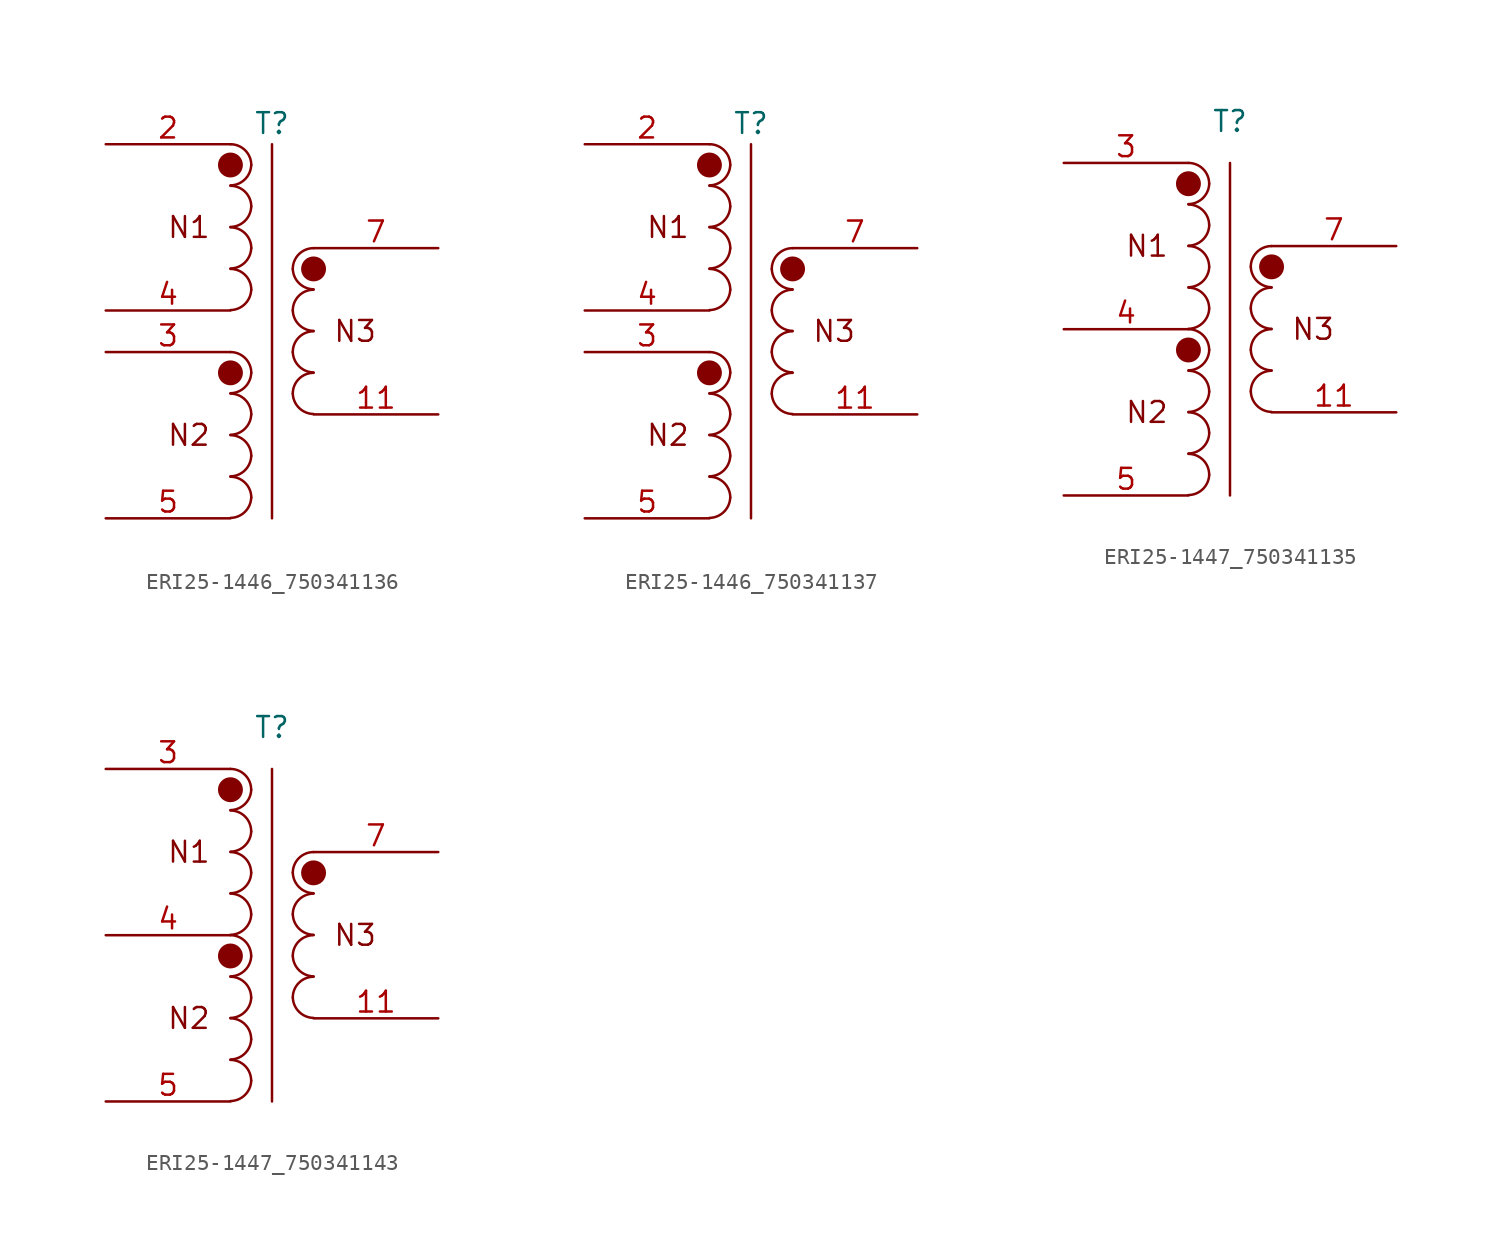
<source format=kicad_sym>
(kicad_symbol_lib
  (version 20220914)
  (generator kicad_symbol_editor)
  (symbol "ERI25-1446_750341136"
    (pin_names hide)
    (property "Reference" "T"
      (at 0 12.7 0)
      (effects (font (size 1.27 1.27))))
    (property "Critical Parameter" ""
      (at 0 -5.08 0)
      (effects (font (size 1.27 1.27))))
    (symbol "ERI25-1446_750341136_0_1"
      (arc (start -2.54 -11.4046) (mid -1.6561 -11.0363) (end -1.27 -10.16) (stroke (width 0) (type default)) (fill (type none)))
      (arc (start -2.54 -8.8646) (mid -1.6561 -8.4963) (end -1.27 -7.62) (stroke (width 0) (type default)) (fill (type none)))
      (arc (start -2.54 -6.3246) (mid -1.6561 -5.9563) (end -1.27 -5.08) (stroke (width 0) (type default)) (fill (type none)))
      (arc (start -2.54 -3.7846) (mid -1.6561 -3.4163) (end -1.27 -2.54) (stroke (width 0) (type default)) (fill (type none)))
      (arc (start -2.54 1.2954) (mid -1.6561 1.6637) (end -1.27 2.54) (stroke (width 0) (type default)) (fill (type none)))
      (arc (start -2.54 3.8354) (mid -1.6561 4.2037) (end -1.27 5.08) (stroke (width 0) (type default)) (fill (type none)))
      (arc (start -2.54 6.3754) (mid -1.6561 6.7437) (end -1.27 7.62) (stroke (width 0) (type default)) (fill (type none)))
      (arc (start -2.54 8.9154) (mid -1.6561 9.2837) (end -1.27 10.16) (stroke (width 0) (type default)) (fill (type none)))
      (arc (start -1.27 -10.16) (mid -1.642 -9.262) (end -2.54 -8.89) (stroke (width 0) (type default)) (fill (type none)))
      (arc (start -1.27 -7.62) (mid -1.642 -6.722) (end -2.54 -6.35) (stroke (width 0) (type default)) (fill (type none)))
      (arc (start -1.27 -5.08) (mid -1.642 -4.182) (end -2.54 -3.81) (stroke (width 0) (type default)) (fill (type none)))
      (arc (start -1.27 -2.54) (mid -1.642 -1.642) (end -2.54 -1.27) (stroke (width 0) (type default)) (fill (type none)))
      (arc (start -1.27 2.54) (mid -1.642 3.438) (end -2.54 3.81) (stroke (width 0) (type default)) (fill (type none)))
      (arc (start -1.27 5.08) (mid -1.642 5.978) (end -2.54 6.35) (stroke (width 0) (type default)) (fill (type none)))
      (arc (start -1.27 7.62) (mid -1.642 8.518) (end -2.54 8.89) (stroke (width 0) (type default)) (fill (type none)))
      (arc (start -1.27 10.16) (mid -1.642 11.058) (end -2.54 11.43) (stroke (width 0) (type default)) (fill (type none)))
      (polyline (pts (xy 0 -11.43) (xy 0 11.43)) (stroke (width 0) (type default)) (fill (type none)))
      (arc (start 1.27 -3.81) (mid 1.6561 -4.6863) (end 2.54 -5.0546) (stroke (width 0) (type default)) (fill (type none)))
      (arc (start 1.27 -1.27) (mid 1.6561 -2.1463) (end 2.54 -2.5146) (stroke (width 0) (type default)) (fill (type none)))
      (arc (start 1.27 1.27) (mid 1.6561 0.3937) (end 2.54 0.0254) (stroke (width 0) (type default)) (fill (type none)))
      (arc (start 1.27 3.81) (mid 1.6561 2.9337) (end 2.54 2.5654) (stroke (width 0) (type default)) (fill (type none)))
      (arc (start 2.54 -2.54) (mid 1.642 -2.912) (end 1.27 -3.81) (stroke (width 0) (type default)) (fill (type none)))
      (arc (start 2.54 0) (mid 1.642 -0.372) (end 1.27 -1.27) (stroke (width 0) (type default)) (fill (type none)))
      (arc (start 2.54 2.54) (mid 1.642 2.168) (end 1.27 1.27) (stroke (width 0) (type default)) (fill (type none)))
      (arc (start 2.54 5.08) (mid 1.642 4.708) (end 1.27 3.81) (stroke (width 0) (type default)) (fill (type none))))
    (symbol "ERI25-1446_750341136_1_1"
      (circle (center -2.54 -2.54) (radius 0.0001) (stroke (width 0.762) (type default)) (fill (type none)))
      (circle (center -2.54 10.16) (radius 0.0001) (stroke (width 0.762) (type default)) (fill (type none)))
      (circle (center 2.54 3.81) (radius 0.0001) (stroke (width 0.762) (type default)) (fill (type none)))
      (text "N1" (at -5.08 6.35 0) (effects (font (size 1.27 1.27))))
      (text "N2" (at -5.08 -6.35 0) (effects (font (size 1.27 1.27))))
      (text "N3" (at 5.08 0 0) (effects (font (size 1.27 1.27))))
      (pin passive line (at 10.16 -5.08 180) (length 7.62) (name "11" (effects (font (size 1.27 1.27)))) (number "11" (effects (font (size 1.27 1.27)))))
      (pin passive line (at -10.16 11.43 0) (length 7.62) (name "2" (effects (font (size 1.27 1.27)))) (number "2" (effects (font (size 1.27 1.27)))))
      (pin passive line (at -10.16 -1.27 0) (length 7.62) (name "3" (effects (font (size 1.27 1.27)))) (number "3" (effects (font (size 1.27 1.27)))))
      (pin passive line (at -10.16 1.27 0) (length 7.62) (name "4" (effects (font (size 1.27 1.27)))) (number "4" (effects (font (size 1.27 1.27)))))
      (pin passive line (at -10.16 -11.43 0) (length 7.62) (name "5" (effects (font (size 1.27 1.27)))) (number "5" (effects (font (size 1.27 1.27)))))
      (pin passive line (at 10.16 5.08 180) (length 7.62) (name "7" (effects (font (size 1.27 1.27)))) (number "7" (effects (font (size 1.27 1.27)))))))
  (symbol "ERI25-1446_750341137"
    (pin_names hide)
    (property "Reference" "T"
      (at 0 12.7 0)
      (effects (font (size 1.27 1.27))))
    (property "Critical Parameter" ""
      (at 0 -5.08 0)
      (effects (font (size 1.27 1.27))))
    (symbol "ERI25-1446_750341137_0_1"
      (arc (start -2.54 -11.4046) (mid -1.6561 -11.0363) (end -1.27 -10.16) (stroke (width 0) (type default)) (fill (type none)))
      (arc (start -2.54 -8.8646) (mid -1.6561 -8.4963) (end -1.27 -7.62) (stroke (width 0) (type default)) (fill (type none)))
      (arc (start -2.54 -6.3246) (mid -1.6561 -5.9563) (end -1.27 -5.08) (stroke (width 0) (type default)) (fill (type none)))
      (arc (start -2.54 -3.7846) (mid -1.6561 -3.4163) (end -1.27 -2.54) (stroke (width 0) (type default)) (fill (type none)))
      (arc (start -2.54 1.2954) (mid -1.6561 1.6637) (end -1.27 2.54) (stroke (width 0) (type default)) (fill (type none)))
      (arc (start -2.54 3.8354) (mid -1.6561 4.2037) (end -1.27 5.08) (stroke (width 0) (type default)) (fill (type none)))
      (arc (start -2.54 6.3754) (mid -1.6561 6.7437) (end -1.27 7.62) (stroke (width 0) (type default)) (fill (type none)))
      (arc (start -2.54 8.9154) (mid -1.6561 9.2837) (end -1.27 10.16) (stroke (width 0) (type default)) (fill (type none)))
      (arc (start -1.27 -10.16) (mid -1.642 -9.262) (end -2.54 -8.89) (stroke (width 0) (type default)) (fill (type none)))
      (arc (start -1.27 -7.62) (mid -1.642 -6.722) (end -2.54 -6.35) (stroke (width 0) (type default)) (fill (type none)))
      (arc (start -1.27 -5.08) (mid -1.642 -4.182) (end -2.54 -3.81) (stroke (width 0) (type default)) (fill (type none)))
      (arc (start -1.27 -2.54) (mid -1.642 -1.642) (end -2.54 -1.27) (stroke (width 0) (type default)) (fill (type none)))
      (arc (start -1.27 2.54) (mid -1.642 3.438) (end -2.54 3.81) (stroke (width 0) (type default)) (fill (type none)))
      (arc (start -1.27 5.08) (mid -1.642 5.978) (end -2.54 6.35) (stroke (width 0) (type default)) (fill (type none)))
      (arc (start -1.27 7.62) (mid -1.642 8.518) (end -2.54 8.89) (stroke (width 0) (type default)) (fill (type none)))
      (arc (start -1.27 10.16) (mid -1.642 11.058) (end -2.54 11.43) (stroke (width 0) (type default)) (fill (type none)))
      (polyline (pts (xy 0 -11.43) (xy 0 11.43)) (stroke (width 0) (type default)) (fill (type none)))
      (arc (start 1.27 -3.81) (mid 1.6561 -4.6863) (end 2.54 -5.0546) (stroke (width 0) (type default)) (fill (type none)))
      (arc (start 1.27 -1.27) (mid 1.6561 -2.1463) (end 2.54 -2.5146) (stroke (width 0) (type default)) (fill (type none)))
      (arc (start 1.27 1.27) (mid 1.6561 0.3937) (end 2.54 0.0254) (stroke (width 0) (type default)) (fill (type none)))
      (arc (start 1.27 3.81) (mid 1.6561 2.9337) (end 2.54 2.5654) (stroke (width 0) (type default)) (fill (type none)))
      (arc (start 2.54 -2.54) (mid 1.642 -2.912) (end 1.27 -3.81) (stroke (width 0) (type default)) (fill (type none)))
      (arc (start 2.54 0) (mid 1.642 -0.372) (end 1.27 -1.27) (stroke (width 0) (type default)) (fill (type none)))
      (arc (start 2.54 2.54) (mid 1.642 2.168) (end 1.27 1.27) (stroke (width 0) (type default)) (fill (type none)))
      (arc (start 2.54 5.08) (mid 1.642 4.708) (end 1.27 3.81) (stroke (width 0) (type default)) (fill (type none))))
    (symbol "ERI25-1446_750341137_1_1"
      (circle (center -2.54 -2.54) (radius 0.0001) (stroke (width 0.762) (type default)) (fill (type none)))
      (circle (center -2.54 10.16) (radius 0.0001) (stroke (width 0.762) (type default)) (fill (type none)))
      (circle (center 2.54 3.81) (radius 0.0001) (stroke (width 0.762) (type default)) (fill (type none)))
      (text "N1" (at -5.08 6.35 0) (effects (font (size 1.27 1.27))))
      (text "N2" (at -5.08 -6.35 0) (effects (font (size 1.27 1.27))))
      (text "N3" (at 5.08 0 0) (effects (font (size 1.27 1.27))))
      (pin passive line (at 10.16 -5.08 180) (length 7.62) (name "11" (effects (font (size 1.27 1.27)))) (number "11" (effects (font (size 1.27 1.27)))))
      (pin passive line (at -10.16 11.43 0) (length 7.62) (name "2" (effects (font (size 1.27 1.27)))) (number "2" (effects (font (size 1.27 1.27)))))
      (pin passive line (at -10.16 -1.27 0) (length 7.62) (name "3" (effects (font (size 1.27 1.27)))) (number "3" (effects (font (size 1.27 1.27)))))
      (pin passive line (at -10.16 1.27 0) (length 7.62) (name "4" (effects (font (size 1.27 1.27)))) (number "4" (effects (font (size 1.27 1.27)))))
      (pin passive line (at -10.16 -11.43 0) (length 7.62) (name "5" (effects (font (size 1.27 1.27)))) (number "5" (effects (font (size 1.27 1.27)))))
      (pin passive line (at 10.16 5.08 180) (length 7.62) (name "7" (effects (font (size 1.27 1.27)))) (number "7" (effects (font (size 1.27 1.27)))))))
  (symbol "ERI25-1447_750341135"
    (pin_names hide)
    (property "Reference" "T"
      (at 0 12.7 0)
      (effects (font (size 1.27 1.27))))
    (property "Critical Parameter" ""
      (at 0 -5.08 0)
      (effects (font (size 1.27 1.27))))
    (symbol "ERI25-1447_750341135_0_1"
      (arc (start -2.54 -10.1346) (mid -1.6561 -9.7663) (end -1.27 -8.89) (stroke (width 0) (type default)) (fill (type none)))
      (arc (start -2.54 -7.5946) (mid -1.6561 -7.2263) (end -1.27 -6.35) (stroke (width 0) (type default)) (fill (type none)))
      (arc (start -2.54 -5.0546) (mid -1.6561 -4.6863) (end -1.27 -3.81) (stroke (width 0) (type default)) (fill (type none)))
      (arc (start -2.54 -2.5146) (mid -1.6561 -2.1463) (end -1.27 -1.27) (stroke (width 0) (type default)) (fill (type none)))
      (arc (start -2.54 0.0254) (mid -1.6561 0.3937) (end -1.27 1.27) (stroke (width 0) (type default)) (fill (type none)))
      (arc (start -2.54 2.5654) (mid -1.6561 2.9337) (end -1.27 3.81) (stroke (width 0) (type default)) (fill (type none)))
      (arc (start -2.54 5.1054) (mid -1.6561 5.4737) (end -1.27 6.35) (stroke (width 0) (type default)) (fill (type none)))
      (arc (start -2.54 7.6454) (mid -1.6561 8.0137) (end -1.27 8.89) (stroke (width 0) (type default)) (fill (type none)))
      (arc (start -1.27 -8.89) (mid -1.642 -7.992) (end -2.54 -7.62) (stroke (width 0) (type default)) (fill (type none)))
      (arc (start -1.27 -6.35) (mid -1.642 -5.452) (end -2.54 -5.08) (stroke (width 0) (type default)) (fill (type none)))
      (arc (start -1.27 -3.81) (mid -1.642 -2.912) (end -2.54 -2.54) (stroke (width 0) (type default)) (fill (type none)))
      (arc (start -1.27 -1.27) (mid -1.642 -0.372) (end -2.54 0) (stroke (width 0) (type default)) (fill (type none)))
      (arc (start -1.27 1.27) (mid -1.642 2.168) (end -2.54 2.54) (stroke (width 0) (type default)) (fill (type none)))
      (arc (start -1.27 3.81) (mid -1.642 4.708) (end -2.54 5.08) (stroke (width 0) (type default)) (fill (type none)))
      (arc (start -1.27 6.35) (mid -1.642 7.248) (end -2.54 7.62) (stroke (width 0) (type default)) (fill (type none)))
      (arc (start -1.27 8.89) (mid -1.642 9.788) (end -2.54 10.16) (stroke (width 0) (type default)) (fill (type none)))
      (polyline (pts (xy 0 -10.16) (xy 0 10.16)) (stroke (width 0) (type default)) (fill (type none)))
      (arc (start 1.27 -3.81) (mid 1.6561 -4.6863) (end 2.54 -5.0546) (stroke (width 0) (type default)) (fill (type none)))
      (arc (start 1.27 -1.27) (mid 1.6561 -2.1463) (end 2.54 -2.5146) (stroke (width 0) (type default)) (fill (type none)))
      (arc (start 1.27 1.27) (mid 1.6561 0.3937) (end 2.54 0.0254) (stroke (width 0) (type default)) (fill (type none)))
      (arc (start 1.27 3.81) (mid 1.6561 2.9337) (end 2.54 2.5654) (stroke (width 0) (type default)) (fill (type none)))
      (arc (start 2.54 -2.54) (mid 1.642 -2.912) (end 1.27 -3.81) (stroke (width 0) (type default)) (fill (type none)))
      (arc (start 2.54 0) (mid 1.642 -0.372) (end 1.27 -1.27) (stroke (width 0) (type default)) (fill (type none)))
      (arc (start 2.54 2.54) (mid 1.642 2.168) (end 1.27 1.27) (stroke (width 0) (type default)) (fill (type none)))
      (arc (start 2.54 5.08) (mid 1.642 4.708) (end 1.27 3.81) (stroke (width 0) (type default)) (fill (type none))))
    (symbol "ERI25-1447_750341135_1_1"
      (circle (center -2.54 -1.27) (radius 0.0001) (stroke (width 0.762) (type default)) (fill (type none)))
      (circle (center -2.54 8.89) (radius 0.0001) (stroke (width 0.762) (type default)) (fill (type none)))
      (circle (center 2.54 3.81) (radius 0.0001) (stroke (width 0.762) (type default)) (fill (type none)))
      (text "N1" (at -5.08 5.08 0) (effects (font (size 1.27 1.27))))
      (text "N2" (at -5.08 -5.08 0) (effects (font (size 1.27 1.27))))
      (text "N3" (at 5.08 0 0) (effects (font (size 1.27 1.27))))
      (pin passive line (at 10.16 -5.08 180) (length 7.62) (name "11" (effects (font (size 1.27 1.27)))) (number "11" (effects (font (size 1.27 1.27)))))
      (pin passive line (at -10.16 10.16 0) (length 7.62) (name "3" (effects (font (size 1.27 1.27)))) (number "3" (effects (font (size 1.27 1.27)))))
      (pin passive line (at -10.16 0 0) (length 7.62) (name "4" (effects (font (size 1.27 1.27)))) (number "4" (effects (font (size 1.27 1.27)))))
      (pin passive line (at -10.16 -10.16 0) (length 7.62) (name "5" (effects (font (size 1.27 1.27)))) (number "5" (effects (font (size 1.27 1.27)))))
      (pin passive line (at 10.16 5.08 180) (length 7.62) (name "7" (effects (font (size 1.27 1.27)))) (number "7" (effects (font (size 1.27 1.27)))))))
  (symbol "ERI25-1447_750341143"
    (pin_names hide)
    (property "Reference" "T"
      (at 0 12.7 0)
      (effects (font (size 1.27 1.27))))
    (property "Critical Parameter" ""
      (at 0 -5.08 0)
      (effects (font (size 1.27 1.27))))
    (symbol "ERI25-1447_750341143_0_1"
      (arc (start -2.54 -10.1346) (mid -1.6561 -9.7663) (end -1.27 -8.89) (stroke (width 0) (type default)) (fill (type none)))
      (arc (start -2.54 -7.5946) (mid -1.6561 -7.2263) (end -1.27 -6.35) (stroke (width 0) (type default)) (fill (type none)))
      (arc (start -2.54 -5.0546) (mid -1.6561 -4.6863) (end -1.27 -3.81) (stroke (width 0) (type default)) (fill (type none)))
      (arc (start -2.54 -2.5146) (mid -1.6561 -2.1463) (end -1.27 -1.27) (stroke (width 0) (type default)) (fill (type none)))
      (arc (start -2.54 0.0254) (mid -1.6561 0.3937) (end -1.27 1.27) (stroke (width 0) (type default)) (fill (type none)))
      (arc (start -2.54 2.5654) (mid -1.6561 2.9337) (end -1.27 3.81) (stroke (width 0) (type default)) (fill (type none)))
      (arc (start -2.54 5.1054) (mid -1.6561 5.4737) (end -1.27 6.35) (stroke (width 0) (type default)) (fill (type none)))
      (arc (start -2.54 7.6454) (mid -1.6561 8.0137) (end -1.27 8.89) (stroke (width 0) (type default)) (fill (type none)))
      (arc (start -1.27 -8.89) (mid -1.642 -7.992) (end -2.54 -7.62) (stroke (width 0) (type default)) (fill (type none)))
      (arc (start -1.27 -6.35) (mid -1.642 -5.452) (end -2.54 -5.08) (stroke (width 0) (type default)) (fill (type none)))
      (arc (start -1.27 -3.81) (mid -1.642 -2.912) (end -2.54 -2.54) (stroke (width 0) (type default)) (fill (type none)))
      (arc (start -1.27 -1.27) (mid -1.642 -0.372) (end -2.54 0) (stroke (width 0) (type default)) (fill (type none)))
      (arc (start -1.27 1.27) (mid -1.642 2.168) (end -2.54 2.54) (stroke (width 0) (type default)) (fill (type none)))
      (arc (start -1.27 3.81) (mid -1.642 4.708) (end -2.54 5.08) (stroke (width 0) (type default)) (fill (type none)))
      (arc (start -1.27 6.35) (mid -1.642 7.248) (end -2.54 7.62) (stroke (width 0) (type default)) (fill (type none)))
      (arc (start -1.27 8.89) (mid -1.642 9.788) (end -2.54 10.16) (stroke (width 0) (type default)) (fill (type none)))
      (polyline (pts (xy 0 -10.16) (xy 0 10.16)) (stroke (width 0) (type default)) (fill (type none)))
      (arc (start 1.27 -3.81) (mid 1.6561 -4.6863) (end 2.54 -5.0546) (stroke (width 0) (type default)) (fill (type none)))
      (arc (start 1.27 -1.27) (mid 1.6561 -2.1463) (end 2.54 -2.5146) (stroke (width 0) (type default)) (fill (type none)))
      (arc (start 1.27 1.27) (mid 1.6561 0.3937) (end 2.54 0.0254) (stroke (width 0) (type default)) (fill (type none)))
      (arc (start 1.27 3.81) (mid 1.6561 2.9337) (end 2.54 2.5654) (stroke (width 0) (type default)) (fill (type none)))
      (arc (start 2.54 -2.54) (mid 1.642 -2.912) (end 1.27 -3.81) (stroke (width 0) (type default)) (fill (type none)))
      (arc (start 2.54 0) (mid 1.642 -0.372) (end 1.27 -1.27) (stroke (width 0) (type default)) (fill (type none)))
      (arc (start 2.54 2.54) (mid 1.642 2.168) (end 1.27 1.27) (stroke (width 0) (type default)) (fill (type none)))
      (arc (start 2.54 5.08) (mid 1.642 4.708) (end 1.27 3.81) (stroke (width 0) (type default)) (fill (type none))))
    (symbol "ERI25-1447_750341143_1_1"
      (circle (center -2.54 -1.27) (radius 0.0001) (stroke (width 0.762) (type default)) (fill (type none)))
      (circle (center -2.54 8.89) (radius 0.0001) (stroke (width 0.762) (type default)) (fill (type none)))
      (circle (center 2.54 3.81) (radius 0.0001) (stroke (width 0.762) (type default)) (fill (type none)))
      (text "N1" (at -5.08 5.08 0) (effects (font (size 1.27 1.27))))
      (text "N2" (at -5.08 -5.08 0) (effects (font (size 1.27 1.27))))
      (text "N3" (at 5.08 0 0) (effects (font (size 1.27 1.27))))
      (pin passive line (at 10.16 -5.08 180) (length 7.62) (name "11" (effects (font (size 1.27 1.27)))) (number "11" (effects (font (size 1.27 1.27)))))
      (pin passive line (at -10.16 10.16 0) (length 7.62) (name "3" (effects (font (size 1.27 1.27)))) (number "3" (effects (font (size 1.27 1.27)))))
      (pin passive line (at -10.16 0 0) (length 7.62) (name "4" (effects (font (size 1.27 1.27)))) (number "4" (effects (font (size 1.27 1.27)))))
      (pin passive line (at -10.16 -10.16 0) (length 7.62) (name "5" (effects (font (size 1.27 1.27)))) (number "5" (effects (font (size 1.27 1.27)))))
      (pin passive line (at 10.16 5.08 180) (length 7.62) (name "7" (effects (font (size 1.27 1.27)))) (number "7" (effects (font (size 1.27 1.27))))))))
</source>
